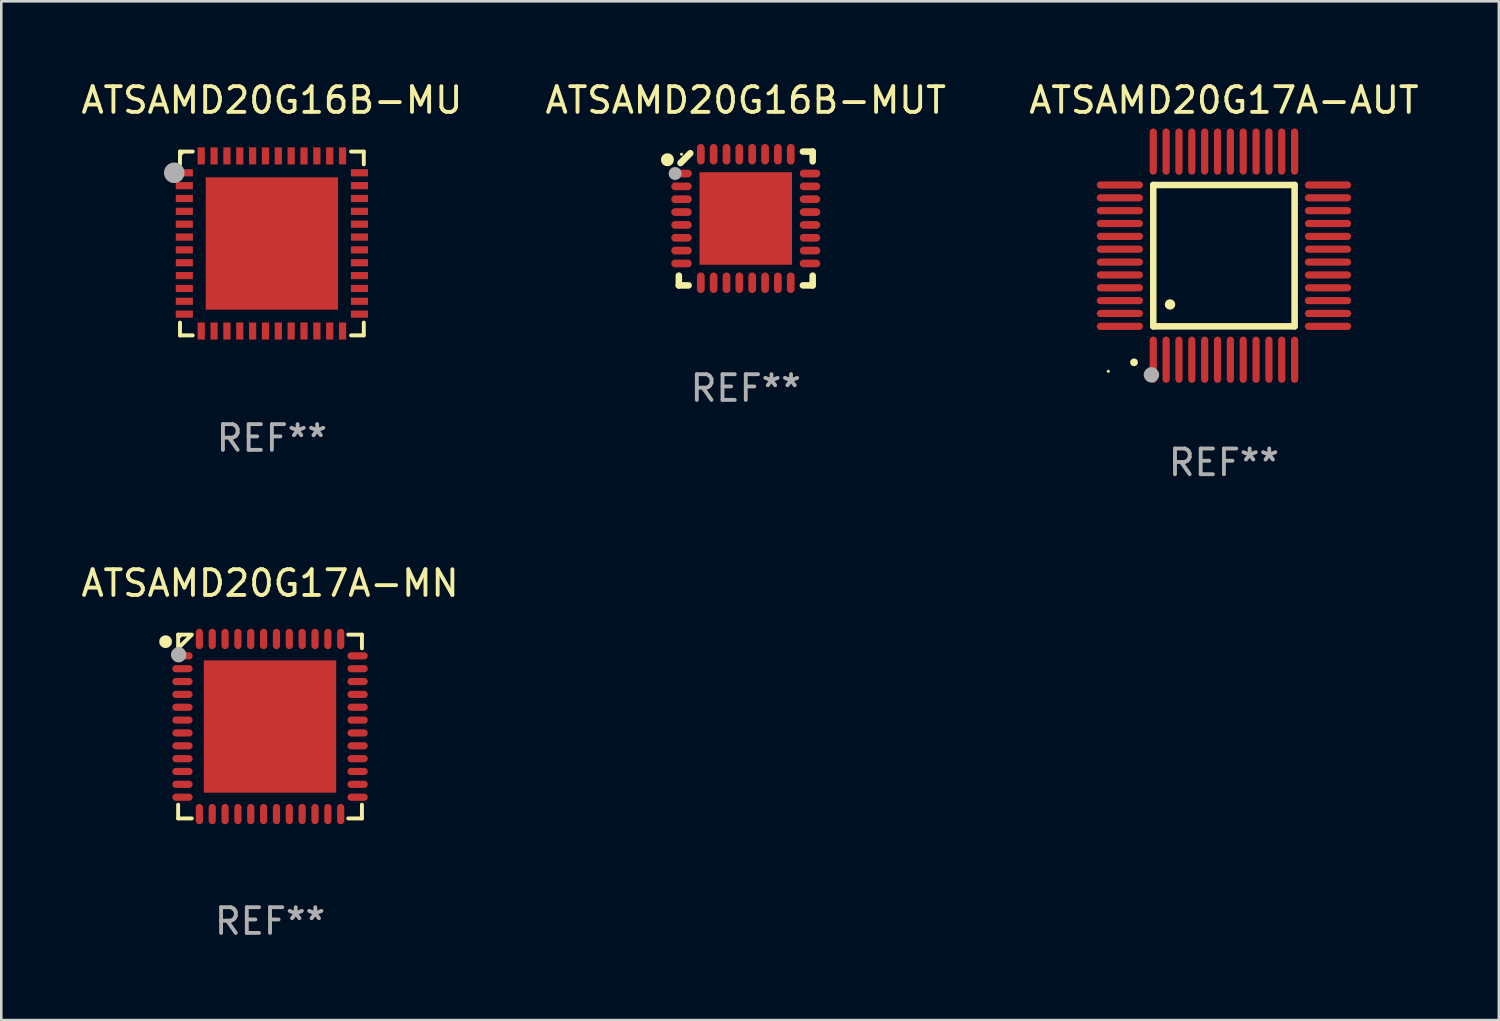
<source format=kicad_pcb>
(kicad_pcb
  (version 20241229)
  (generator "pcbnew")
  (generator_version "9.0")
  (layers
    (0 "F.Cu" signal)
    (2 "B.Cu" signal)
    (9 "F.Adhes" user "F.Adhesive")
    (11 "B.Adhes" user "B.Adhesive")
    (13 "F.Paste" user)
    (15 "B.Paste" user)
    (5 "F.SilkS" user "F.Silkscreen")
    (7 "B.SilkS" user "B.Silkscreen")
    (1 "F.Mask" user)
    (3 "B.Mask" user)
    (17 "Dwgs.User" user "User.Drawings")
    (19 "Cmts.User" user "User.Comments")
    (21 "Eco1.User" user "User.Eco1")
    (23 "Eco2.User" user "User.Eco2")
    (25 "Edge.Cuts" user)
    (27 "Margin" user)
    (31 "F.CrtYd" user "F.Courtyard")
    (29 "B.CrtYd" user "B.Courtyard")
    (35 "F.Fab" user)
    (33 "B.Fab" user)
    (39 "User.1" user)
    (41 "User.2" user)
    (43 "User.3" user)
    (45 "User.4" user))
  (footprint "ATSAMD20G17A-MN"
    (layer "F.Cu")
    (at 7.458 25.221)
    (property "Reference" "ATSAMD20G17A-MN" (at 0 -5.576 0) (layer "F.SilkS") (effects (font (size 1 1) (thickness 0.15))))
    (attr through_hole)
    (fp_line (start -3.576 -3.576) (end -3.042 -3.576) (stroke (width 0.152) (type solid)) (layer "F.SilkS"))
    (fp_line (start -3.576 -3.042) (end -3.576 -3.576) (stroke (width 0.152) (type solid)) (layer "F.SilkS"))
    (fp_line (start -3.576 3.042) (end -3.576 3.576) (stroke (width 0.152) (type solid)) (layer "F.SilkS"))
    (fp_line (start -3.576 3.576) (end -3.042 3.576) (stroke (width 0.152) (type solid)) (layer "F.SilkS"))
    (fp_line (start -3.069 -3.549) (end -3.549 -3.069) (stroke (width 0.152) (type solid)) (layer "F.SilkS"))
    (fp_line (start 3.576 -3.576) (end 3.042 -3.576) (stroke (width 0.152) (type solid)) (layer "F.SilkS"))
    (fp_line (start 3.576 -3.042) (end 3.576 -3.576) (stroke (width 0.152) (type solid)) (layer "F.SilkS"))
    (fp_line (start 3.576 3.042) (end 3.576 3.576) (stroke (width 0.152) (type solid)) (layer "F.SilkS"))
    (fp_line (start 3.576 3.576) (end 3.042 3.576) (stroke (width 0.152) (type solid)) (layer "F.SilkS"))
    (fp_circle (center -4.064 -3.302) (end -3.939 -3.302) (stroke (width 0.25) (type solid)) (fill no) (layer "F.SilkS"))
    (fp_circle (center -3.5 -3.5) (end -3.47 -3.5) (stroke (width 0.06) (type solid)) (fill no) (layer "F.SilkS"))
    (fp_circle (center -3.556 -2.794) (end -3.406 -2.794) (stroke (width 0.3) (type solid)) (fill no) (layer "F.Fab"))
    (fp_text user "REF**" (at 0 7.576 0) (layer "F.Fab") (effects (font (size 1 1) (thickness 0.15))))
    (pad "1" smd oval (at -3.407 -2.75) (size 0.79 0.28) (layers "F.Cu" "F.Mask" "F.Paste"))
    (pad "2" smd oval (at -3.407 -2.25) (size 0.79 0.28) (layers "F.Cu" "F.Mask" "F.Paste"))
    (pad "3" smd oval (at -3.407 -1.75) (size 0.79 0.28) (layers "F.Cu" "F.Mask" "F.Paste"))
    (pad "4" smd oval (at -3.407 -1.25) (size 0.79 0.28) (layers "F.Cu" "F.Mask" "F.Paste"))
    (pad "5" smd oval (at -3.407 -0.75) (size 0.79 0.28) (layers "F.Cu" "F.Mask" "F.Paste"))
    (pad "6" smd oval (at -3.407 -0.25) (size 0.79 0.28) (layers "F.Cu" "F.Mask" "F.Paste"))
    (pad "7" smd oval (at -3.407 0.25) (size 0.79 0.28) (layers "F.Cu" "F.Mask" "F.Paste"))
    (pad "8" smd oval (at -3.407 0.75) (size 0.79 0.28) (layers "F.Cu" "F.Mask" "F.Paste"))
    (pad "9" smd oval (at -3.407 1.25) (size 0.79 0.28) (layers "F.Cu" "F.Mask" "F.Paste"))
    (pad "10" smd oval (at -3.407 1.75) (size 0.79 0.28) (layers "F.Cu" "F.Mask" "F.Paste"))
    (pad "11" smd oval (at -3.407 2.25) (size 0.79 0.28) (layers "F.Cu" "F.Mask" "F.Paste"))
    (pad "12" smd oval (at -3.407 2.75) (size 0.79 0.28) (layers "F.Cu" "F.Mask" "F.Paste"))
    (pad "13" smd oval (at -2.75 3.407) (size 0.28 0.79) (layers "F.Cu" "F.Mask" "F.Paste"))
    (pad "14" smd oval (at -2.25 3.407) (size 0.28 0.79) (layers "F.Cu" "F.Mask" "F.Paste"))
    (pad "15" smd oval (at -1.75 3.407) (size 0.28 0.79) (layers "F.Cu" "F.Mask" "F.Paste"))
    (pad "16" smd oval (at -1.25 3.407) (size 0.28 0.79) (layers "F.Cu" "F.Mask" "F.Paste"))
    (pad "17" smd oval (at -0.75 3.407) (size 0.28 0.79) (layers "F.Cu" "F.Mask" "F.Paste"))
    (pad "18" smd oval (at -0.25 3.407) (size 0.28 0.79) (layers "F.Cu" "F.Mask" "F.Paste"))
    (pad "19" smd oval (at 0.25 3.407) (size 0.28 0.79) (layers "F.Cu" "F.Mask" "F.Paste"))
    (pad "20" smd oval (at 0.75 3.407) (size 0.28 0.79) (layers "F.Cu" "F.Mask" "F.Paste"))
    (pad "21" smd oval (at 1.25 3.407) (size 0.28 0.79) (layers "F.Cu" "F.Mask" "F.Paste"))
    (pad "22" smd oval (at 1.75 3.407) (size 0.28 0.79) (layers "F.Cu" "F.Mask" "F.Paste"))
    (pad "23" smd oval (at 2.25 3.407) (size 0.28 0.79) (layers "F.Cu" "F.Mask" "F.Paste"))
    (pad "24" smd oval (at 2.75 3.407) (size 0.28 0.79) (layers "F.Cu" "F.Mask" "F.Paste"))
    (pad "25" smd oval (at 3.407 2.75) (size 0.79 0.28) (layers "F.Cu" "F.Mask" "F.Paste"))
    (pad "26" smd oval (at 3.407 2.25) (size 0.79 0.28) (layers "F.Cu" "F.Mask" "F.Paste"))
    (pad "27" smd oval (at 3.407 1.75) (size 0.79 0.28) (layers "F.Cu" "F.Mask" "F.Paste"))
    (pad "28" smd oval (at 3.407 1.25) (size 0.79 0.28) (layers "F.Cu" "F.Mask" "F.Paste"))
    (pad "29" smd oval (at 3.407 0.75) (size 0.79 0.28) (layers "F.Cu" "F.Mask" "F.Paste"))
    (pad "30" smd oval (at 3.407 0.25) (size 0.79 0.28) (layers "F.Cu" "F.Mask" "F.Paste"))
    (pad "31" smd oval (at 3.407 -0.25) (size 0.79 0.28) (layers "F.Cu" "F.Mask" "F.Paste"))
    (pad "32" smd oval (at 3.407 -0.75) (size 0.79 0.28) (layers "F.Cu" "F.Mask" "F.Paste"))
    (pad "33" smd oval (at 3.407 -1.25) (size 0.79 0.28) (layers "F.Cu" "F.Mask" "F.Paste"))
    (pad "34" smd oval (at 3.407 -1.75) (size 0.79 0.28) (layers "F.Cu" "F.Mask" "F.Paste"))
    (pad "35" smd oval (at 3.407 -2.25) (size 0.79 0.28) (layers "F.Cu" "F.Mask" "F.Paste"))
    (pad "36" smd oval (at 3.407 -2.75) (size 0.79 0.28) (layers "F.Cu" "F.Mask" "F.Paste"))
    (pad "37" smd oval (at 2.75 -3.407) (size 0.28 0.79) (layers "F.Cu" "F.Mask" "F.Paste"))
    (pad "38" smd oval (at 2.25 -3.407) (size 0.28 0.79) (layers "F.Cu" "F.Mask" "F.Paste"))
    (pad "39" smd oval (at 1.75 -3.407) (size 0.28 0.79) (layers "F.Cu" "F.Mask" "F.Paste"))
    (pad "40" smd oval (at 1.25 -3.407) (size 0.28 0.79) (layers "F.Cu" "F.Mask" "F.Paste"))
    (pad "41" smd oval (at 0.75 -3.407) (size 0.28 0.79) (layers "F.Cu" "F.Mask" "F.Paste"))
    (pad "42" smd oval (at 0.25 -3.407) (size 0.28 0.79) (layers "F.Cu" "F.Mask" "F.Paste"))
    (pad "43" smd oval (at -0.25 -3.407) (size 0.28 0.79) (layers "F.Cu" "F.Mask" "F.Paste"))
    (pad "44" smd oval (at -0.75 -3.407) (size 0.28 0.79) (layers "F.Cu" "F.Mask" "F.Paste"))
    (pad "45" smd oval (at -1.25 -3.407) (size 0.28 0.79) (layers "F.Cu" "F.Mask" "F.Paste"))
    (pad "46" smd oval (at -1.75 -3.407) (size 0.28 0.79) (layers "F.Cu" "F.Mask" "F.Paste"))
    (pad "47" smd oval (at -2.25 -3.407) (size 0.28 0.79) (layers "F.Cu" "F.Mask" "F.Paste"))
    (pad "48" smd oval (at -2.75 -3.407) (size 0.28 0.79) (layers "F.Cu" "F.Mask" "F.Paste"))
    (pad "49" smd rect (at 0 0) (size 5.15 5.15) (layers "F.Cu" "F.Mask" "F.Paste")))
  (footprint "ATSAMD20G16B-MUT"
    (layer "F.Cu")
    (at 25.97 5.452)
    (property "Reference" "ATSAMD20G16B-MUT" (at 0 -4.604 0) (layer "F.SilkS") (effects (font (size 1 1) (thickness 0.15))))
    (attr through_hole)
    (fp_line (start -2.604 2.223) (end -2.604 2.604) (stroke (width 0.254) (type solid)) (layer "F.SilkS"))
    (fp_line (start -2.604 2.604) (end -2.223 2.604) (stroke (width 0.254) (type solid)) (layer "F.SilkS"))
    (fp_line (start -2.159 -2.54) (end -2.54 -2.159) (stroke (width 0.254) (type solid)) (layer "F.SilkS"))
    (fp_line (start 2.223 2.604) (end 2.604 2.604) (stroke (width 0.254) (type solid)) (layer "F.SilkS"))
    (fp_line (start 2.604 -2.604) (end 2.223 -2.604) (stroke (width 0.254) (type solid)) (layer "F.SilkS"))
    (fp_line (start 2.604 -2.223) (end 2.604 -2.604) (stroke (width 0.254) (type solid)) (layer "F.SilkS"))
    (fp_line (start 2.604 2.604) (end 2.604 2.223) (stroke (width 0.254) (type solid)) (layer "F.SilkS"))
    (fp_circle (center -3.048 -2.286) (end -2.921 -2.286) (stroke (width 0.254) (type solid)) (fill no) (layer "F.SilkS"))
    (fp_circle (center -2.5 -2.5) (end -2.47 -2.5) (stroke (width 0.06) (type solid)) (fill no) (layer "F.SilkS"))
    (fp_circle (center -2.75 -1.75) (end -2.623 -1.75) (stroke (width 0.254) (type solid)) (fill no) (layer "F.Fab"))
    (fp_text user "REF**" (at 0 6.604 0) (layer "F.Fab") (effects (font (size 1 1) (thickness 0.15))))
    (pad "1" smd oval (at -2.5 -1.75) (size 0.8 0.3) (layers "F.Cu" "F.Mask" "F.Paste"))
    (pad "2" smd oval (at -2.5 -1.25) (size 0.8 0.3) (layers "F.Cu" "F.Mask" "F.Paste"))
    (pad "3" smd oval (at -2.5 -0.75) (size 0.8 0.3) (layers "F.Cu" "F.Mask" "F.Paste"))
    (pad "4" smd oval (at -2.5 -0.25) (size 0.8 0.3) (layers "F.Cu" "F.Mask" "F.Paste"))
    (pad "5" smd oval (at -2.5 0.25) (size 0.8 0.3) (layers "F.Cu" "F.Mask" "F.Paste"))
    (pad "6" smd oval (at -2.5 0.75) (size 0.8 0.3) (layers "F.Cu" "F.Mask" "F.Paste"))
    (pad "7" smd oval (at -2.5 1.25) (size 0.8 0.3) (layers "F.Cu" "F.Mask" "F.Paste"))
    (pad "8" smd oval (at -2.5 1.75) (size 0.8 0.3) (layers "F.Cu" "F.Mask" "F.Paste"))
    (pad "9" smd oval (at -1.75 2.5) (size 0.3 0.8) (layers "F.Cu" "F.Mask" "F.Paste"))
    (pad "10" smd oval (at -1.25 2.5) (size 0.3 0.8) (layers "F.Cu" "F.Mask" "F.Paste"))
    (pad "11" smd oval (at -0.75 2.5) (size 0.3 0.8) (layers "F.Cu" "F.Mask" "F.Paste"))
    (pad "12" smd oval (at -0.25 2.5) (size 0.3 0.8) (layers "F.Cu" "F.Mask" "F.Paste"))
    (pad "13" smd oval (at 0.25 2.5) (size 0.3 0.8) (layers "F.Cu" "F.Mask" "F.Paste"))
    (pad "14" smd oval (at 0.75 2.5) (size 0.3 0.8) (layers "F.Cu" "F.Mask" "F.Paste"))
    (pad "15" smd oval (at 1.25 2.5) (size 0.3 0.8) (layers "F.Cu" "F.Mask" "F.Paste"))
    (pad "16" smd oval (at 1.75 2.5) (size 0.3 0.8) (layers "F.Cu" "F.Mask" "F.Paste"))
    (pad "17" smd oval (at 2.5 1.75) (size 0.8 0.3) (layers "F.Cu" "F.Mask" "F.Paste"))
    (pad "18" smd oval (at 2.5 1.25) (size 0.8 0.3) (layers "F.Cu" "F.Mask" "F.Paste"))
    (pad "19" smd oval (at 2.5 0.75) (size 0.8 0.3) (layers "F.Cu" "F.Mask" "F.Paste"))
    (pad "20" smd oval (at 2.5 0.25) (size 0.8 0.3) (layers "F.Cu" "F.Mask" "F.Paste"))
    (pad "21" smd oval (at 2.5 -0.25) (size 0.8 0.3) (layers "F.Cu" "F.Mask" "F.Paste"))
    (pad "22" smd oval (at 2.5 -0.75) (size 0.8 0.3) (layers "F.Cu" "F.Mask" "F.Paste"))
    (pad "23" smd oval (at 2.5 -1.25) (size 0.8 0.3) (layers "F.Cu" "F.Mask" "F.Paste"))
    (pad "24" smd oval (at 2.5 -1.75) (size 0.8 0.3) (layers "F.Cu" "F.Mask" "F.Paste"))
    (pad "25" smd oval (at 1.75 -2.5) (size 0.3 0.8) (layers "F.Cu" "F.Mask" "F.Paste"))
    (pad "26" smd oval (at 1.25 -2.5) (size 0.3 0.8) (layers "F.Cu" "F.Mask" "F.Paste"))
    (pad "27" smd oval (at 0.75 -2.5) (size 0.3 0.8) (layers "F.Cu" "F.Mask" "F.Paste"))
    (pad "28" smd oval (at 0.25 -2.5) (size 0.3 0.8) (layers "F.Cu" "F.Mask" "F.Paste"))
    (pad "29" smd oval (at -0.25 -2.5) (size 0.3 0.8) (layers "F.Cu" "F.Mask" "F.Paste"))
    (pad "30" smd oval (at -0.75 -2.5) (size 0.3 0.8) (layers "F.Cu" "F.Mask" "F.Paste"))
    (pad "31" smd oval (at -1.25 -2.5) (size 0.3 0.8) (layers "F.Cu" "F.Mask" "F.Paste"))
    (pad "32" smd oval (at -1.75 -2.5) (size 0.3 0.8) (layers "F.Cu" "F.Mask" "F.Paste"))
    (pad "33" smd rect (at -0.000076 0) (size 3.6 3.6) (layers "F.Cu" "F.Mask" "F.Paste")))
  (footprint "ATSAMD20G16B-MU"
    (layer "F.Cu")
    (at 7.53 6.424)
    (property "Reference" "ATSAMD20G16B-MU" (at 0 -5.576 0) (layer "F.SilkS") (effects (font (size 1 1) (thickness 0.15))))
    (attr through_hole)
    (fp_line (start -3.576 -3.576) (end -3.576 -3.08) (stroke (width 0.152) (type solid)) (layer "F.SilkS"))
    (fp_line (start -3.576 3.576) (end -3.576 3.08) (stroke (width 0.152) (type solid)) (layer "F.SilkS"))
    (fp_line (start -3.08 -3.576) (end -3.576 -3.576) (stroke (width 0.152) (type solid)) (layer "F.SilkS"))
    (fp_line (start -3.08 3.576) (end -3.576 3.576) (stroke (width 0.152) (type solid)) (layer "F.SilkS"))
    (fp_line (start 3.08 -3.576) (end 3.576 -3.576) (stroke (width 0.152) (type solid)) (layer "F.SilkS"))
    (fp_line (start 3.08 3.576) (end 3.576 3.576) (stroke (width 0.152) (type solid)) (layer "F.SilkS"))
    (fp_line (start 3.576 -3.576) (end 3.576 -3.08) (stroke (width 0.152) (type solid)) (layer "F.SilkS"))
    (fp_line (start 3.576 3.576) (end 3.576 3.08) (stroke (width 0.152) (type solid)) (layer "F.SilkS"))
    (fp_circle (center -4.04 -2.75) (end -3.965 -2.75) (stroke (width 0.15) (type solid)) (fill no) (layer "F.SilkS"))
    (fp_circle (center -3.5 -3.5) (end -3.47 -3.5) (stroke (width 0.06) (type solid)) (fill no) (layer "F.SilkS"))
    (fp_circle (center -3.8 -2.75) (end -3.6 -2.75) (stroke (width 0.4) (type solid)) (fill no) (layer "F.Fab"))
    (fp_text user "REF**" (at 0 7.576 0) (layer "F.Fab") (effects (font (size 1 1) (thickness 0.15))))
    (pad "1" smd rect (at -3.407 -2.75) (size 0.665 0.28) (layers "F.Cu" "F.Mask" "F.Paste"))
    (pad "2" smd rect (at -3.407 -2.25) (size 0.665 0.28) (layers "F.Cu" "F.Mask" "F.Paste"))
    (pad "3" smd rect (at -3.407 -1.75) (size 0.665 0.28) (layers "F.Cu" "F.Mask" "F.Paste"))
    (pad "4" smd rect (at -3.407 -1.25) (size 0.665 0.28) (layers "F.Cu" "F.Mask" "F.Paste"))
    (pad "5" smd rect (at -3.407 -0.75) (size 0.665 0.28) (layers "F.Cu" "F.Mask" "F.Paste"))
    (pad "6" smd rect (at -3.407 -0.25) (size 0.665 0.28) (layers "F.Cu" "F.Mask" "F.Paste"))
    (pad "7" smd rect (at -3.407 0.25) (size 0.665 0.28) (layers "F.Cu" "F.Mask" "F.Paste"))
    (pad "8" smd rect (at -3.407 0.75) (size 0.665 0.28) (layers "F.Cu" "F.Mask" "F.Paste"))
    (pad "9" smd rect (at -3.407 1.25) (size 0.665 0.28) (layers "F.Cu" "F.Mask" "F.Paste"))
    (pad "10" smd rect (at -3.407 1.75) (size 0.665 0.28) (layers "F.Cu" "F.Mask" "F.Paste"))
    (pad "11" smd rect (at -3.407 2.25) (size 0.665 0.28) (layers "F.Cu" "F.Mask" "F.Paste"))
    (pad "12" smd rect (at -3.407 2.75) (size 0.665 0.28) (layers "F.Cu" "F.Mask" "F.Paste"))
    (pad "13" smd rect (at -2.75 3.407) (size 0.28 0.665) (layers "F.Cu" "F.Mask" "F.Paste"))
    (pad "14" smd rect (at -2.25 3.407) (size 0.28 0.665) (layers "F.Cu" "F.Mask" "F.Paste"))
    (pad "15" smd rect (at -1.75 3.407) (size 0.28 0.665) (layers "F.Cu" "F.Mask" "F.Paste"))
    (pad "16" smd rect (at -1.25 3.407) (size 0.28 0.665) (layers "F.Cu" "F.Mask" "F.Paste"))
    (pad "17" smd rect (at -0.75 3.407) (size 0.28 0.665) (layers "F.Cu" "F.Mask" "F.Paste"))
    (pad "18" smd rect (at -0.25 3.407) (size 0.28 0.665) (layers "F.Cu" "F.Mask" "F.Paste"))
    (pad "19" smd rect (at 0.25 3.407) (size 0.28 0.665) (layers "F.Cu" "F.Mask" "F.Paste"))
    (pad "20" smd rect (at 0.75 3.407) (size 0.28 0.665) (layers "F.Cu" "F.Mask" "F.Paste"))
    (pad "21" smd rect (at 1.25 3.407) (size 0.28 0.665) (layers "F.Cu" "F.Mask" "F.Paste"))
    (pad "22" smd rect (at 1.75 3.407) (size 0.28 0.665) (layers "F.Cu" "F.Mask" "F.Paste"))
    (pad "23" smd rect (at 2.25 3.407) (size 0.28 0.665) (layers "F.Cu" "F.Mask" "F.Paste"))
    (pad "24" smd rect (at 2.75 3.407) (size 0.28 0.665) (layers "F.Cu" "F.Mask" "F.Paste"))
    (pad "25" smd rect (at 3.407 2.75) (size 0.665 0.28) (layers "F.Cu" "F.Mask" "F.Paste"))
    (pad "26" smd rect (at 3.407 2.25) (size 0.665 0.28) (layers "F.Cu" "F.Mask" "F.Paste"))
    (pad "27" smd rect (at 3.407 1.75) (size 0.665 0.28) (layers "F.Cu" "F.Mask" "F.Paste"))
    (pad "28" smd rect (at 3.407 1.25) (size 0.665 0.28) (layers "F.Cu" "F.Mask" "F.Paste"))
    (pad "29" smd rect (at 3.407 0.75) (size 0.665 0.28) (layers "F.Cu" "F.Mask" "F.Paste"))
    (pad "30" smd rect (at 3.407 0.25) (size 0.665 0.28) (layers "F.Cu" "F.Mask" "F.Paste"))
    (pad "31" smd rect (at 3.407 -0.25) (size 0.665 0.28) (layers "F.Cu" "F.Mask" "F.Paste"))
    (pad "32" smd rect (at 3.407 -0.75) (size 0.665 0.28) (layers "F.Cu" "F.Mask" "F.Paste"))
    (pad "33" smd rect (at 3.407 -1.25) (size 0.665 0.28) (layers "F.Cu" "F.Mask" "F.Paste"))
    (pad "34" smd rect (at 3.407 -1.75) (size 0.665 0.28) (layers "F.Cu" "F.Mask" "F.Paste"))
    (pad "35" smd rect (at 3.407 -2.25) (size 0.665 0.28) (layers "F.Cu" "F.Mask" "F.Paste"))
    (pad "36" smd rect (at 3.407 -2.75) (size 0.665 0.28) (layers "F.Cu" "F.Mask" "F.Paste"))
    (pad "37" smd rect (at 2.75 -3.407) (size 0.28 0.665) (layers "F.Cu" "F.Mask" "F.Paste"))
    (pad "38" smd rect (at 2.25 -3.407) (size 0.28 0.665) (layers "F.Cu" "F.Mask" "F.Paste"))
    (pad "39" smd rect (at 1.75 -3.407) (size 0.28 0.665) (layers "F.Cu" "F.Mask" "F.Paste"))
    (pad "40" smd rect (at 1.25 -3.407) (size 0.28 0.665) (layers "F.Cu" "F.Mask" "F.Paste"))
    (pad "41" smd rect (at 0.75 -3.407) (size 0.28 0.665) (layers "F.Cu" "F.Mask" "F.Paste"))
    (pad "42" smd rect (at 0.25 -3.407) (size 0.28 0.665) (layers "F.Cu" "F.Mask" "F.Paste"))
    (pad "43" smd rect (at -0.25 -3.407) (size 0.28 0.665) (layers "F.Cu" "F.Mask" "F.Paste"))
    (pad "44" smd rect (at -0.75 -3.407) (size 0.28 0.665) (layers "F.Cu" "F.Mask" "F.Paste"))
    (pad "45" smd rect (at -1.25 -3.407) (size 0.28 0.665) (layers "F.Cu" "F.Mask" "F.Paste"))
    (pad "46" smd rect (at -1.75 -3.407) (size 0.28 0.665) (layers "F.Cu" "F.Mask" "F.Paste"))
    (pad "47" smd rect (at -2.25 -3.407) (size 0.28 0.665) (layers "F.Cu" "F.Mask" "F.Paste"))
    (pad "48" smd rect (at -2.75 -3.407) (size 0.28 0.665) (layers "F.Cu" "F.Mask" "F.Paste"))
    (pad "49" smd rect (at 0 0) (size 5.15 5.15) (layers "F.Cu" "F.Mask" "F.Paste")))
  (footprint "ATSAMD20G17A-AUT"
    (layer "F.Cu")
    (at 44.577 6.898)
    (property "Reference" "ATSAMD20G17A-AUT" (at 0 -6.05 0) (layer "F.SilkS") (effects (font (size 1 1) (thickness 0.15))))
    (attr through_hole)
    (fp_line (start -2.75 -2.75) (end 2.75 -2.75) (stroke (width 0.254) (type solid)) (layer "F.SilkS"))
    (fp_line (start -2.75 2.75) (end -2.75 -2.75) (stroke (width 0.254) (type solid)) (layer "F.SilkS"))
    (fp_line (start 2.75 -2.75) (end 2.75 2.75) (stroke (width 0.254) (type solid)) (layer "F.SilkS"))
    (fp_line (start 2.75 2.75) (end -2.75 2.75) (stroke (width 0.254) (type solid)) (layer "F.SilkS"))
    (fp_arc (start -3.500127 4.150368) (mid -3.498857 4.150363) (end -3.497587 4.150368) (stroke (width 0.3) (type solid)) (layer "F.SilkS"))
    (fp_arc (start -2.100584 1.899924) (mid -2.098044 1.899908) (end -2.095504 1.899924) (stroke (width 0.4) (type solid)) (layer "F.SilkS"))
    (fp_circle (center -4.5 4.5) (end -4.47 4.5) (stroke (width 0.06) (type solid)) (fill no) (layer "F.SilkS"))
    (fp_circle (center -2.822 4.638) (end -2.672 4.638) (stroke (width 0.3) (type solid)) (fill no) (layer "F.Fab"))
    (fp_text user "REF**" (at 0 8.05 0) (layer "F.Fab") (effects (font (size 1 1) (thickness 0.15))))
    (pad "1" smd oval (at -2.75 4.05) (size 0.28 1.8) (layers "F.Cu" "F.Mask" "F.Paste"))
    (pad "2" smd oval (at -2.25 4.05) (size 0.28 1.8) (layers "F.Cu" "F.Mask" "F.Paste"))
    (pad "3" smd oval (at -1.75 4.05) (size 0.28 1.8) (layers "F.Cu" "F.Mask" "F.Paste"))
    (pad "4" smd oval (at -1.25 4.05) (size 0.28 1.8) (layers "F.Cu" "F.Mask" "F.Paste"))
    (pad "5" smd oval (at -0.75 4.05) (size 0.28 1.8) (layers "F.Cu" "F.Mask" "F.Paste"))
    (pad "6" smd oval (at -0.25 4.05) (size 0.28 1.8) (layers "F.Cu" "F.Mask" "F.Paste"))
    (pad "7" smd oval (at 0.25 4.05) (size 0.28 1.8) (layers "F.Cu" "F.Mask" "F.Paste"))
    (pad "8" smd oval (at 0.75 4.05) (size 0.28 1.8) (layers "F.Cu" "F.Mask" "F.Paste"))
    (pad "9" smd oval (at 1.25 4.05) (size 0.28 1.8) (layers "F.Cu" "F.Mask" "F.Paste"))
    (pad "10" smd oval (at 1.75 4.05) (size 0.28 1.8) (layers "F.Cu" "F.Mask" "F.Paste"))
    (pad "11" smd oval (at 2.25 4.05) (size 0.28 1.8) (layers "F.Cu" "F.Mask" "F.Paste"))
    (pad "12" smd oval (at 2.75 4.05) (size 0.28 1.8) (layers "F.Cu" "F.Mask" "F.Paste"))
    (pad "13" smd oval (at 4.05 2.75) (size 1.8 0.28) (layers "F.Cu" "F.Mask" "F.Paste"))
    (pad "14" smd oval (at 4.05 2.25) (size 1.8 0.28) (layers "F.Cu" "F.Mask" "F.Paste"))
    (pad "15" smd oval (at 4.05 1.75) (size 1.8 0.28) (layers "F.Cu" "F.Mask" "F.Paste"))
    (pad "16" smd oval (at 4.05 1.25) (size 1.8 0.28) (layers "F.Cu" "F.Mask" "F.Paste"))
    (pad "17" smd oval (at 4.05 0.75) (size 1.8 0.28) (layers "F.Cu" "F.Mask" "F.Paste"))
    (pad "18" smd oval (at 4.05 0.25) (size 1.8 0.28) (layers "F.Cu" "F.Mask" "F.Paste"))
    (pad "19" smd oval (at 4.05 -0.25) (size 1.8 0.28) (layers "F.Cu" "F.Mask" "F.Paste"))
    (pad "20" smd oval (at 4.05 -0.75) (size 1.8 0.28) (layers "F.Cu" "F.Mask" "F.Paste"))
    (pad "21" smd oval (at 4.05 -1.25) (size 1.8 0.28) (layers "F.Cu" "F.Mask" "F.Paste"))
    (pad "22" smd oval (at 4.05 -1.75) (size 1.8 0.28) (layers "F.Cu" "F.Mask" "F.Paste"))
    (pad "23" smd oval (at 4.05 -2.25) (size 1.8 0.28) (layers "F.Cu" "F.Mask" "F.Paste"))
    (pad "24" smd oval (at 4.05 -2.75) (size 1.8 0.28) (layers "F.Cu" "F.Mask" "F.Paste"))
    (pad "25" smd oval (at 2.75 -4.05) (size 0.28 1.8) (layers "F.Cu" "F.Mask" "F.Paste"))
    (pad "26" smd oval (at 2.25 -4.05) (size 0.28 1.8) (layers "F.Cu" "F.Mask" "F.Paste"))
    (pad "27" smd oval (at 1.75 -4.05) (size 0.28 1.8) (layers "F.Cu" "F.Mask" "F.Paste"))
    (pad "28" smd oval (at 1.25 -4.05) (size 0.28 1.8) (layers "F.Cu" "F.Mask" "F.Paste"))
    (pad "29" smd oval (at 0.75 -4.05) (size 0.28 1.8) (layers "F.Cu" "F.Mask" "F.Paste"))
    (pad "30" smd oval (at 0.25 -4.05) (size 0.28 1.8) (layers "F.Cu" "F.Mask" "F.Paste"))
    (pad "31" smd oval (at -0.25 -4.05) (size 0.28 1.8) (layers "F.Cu" "F.Mask" "F.Paste"))
    (pad "32" smd oval (at -0.75 -4.05) (size 0.28 1.8) (layers "F.Cu" "F.Mask" "F.Paste"))
    (pad "33" smd oval (at -1.25 -4.05) (size 0.28 1.8) (layers "F.Cu" "F.Mask" "F.Paste"))
    (pad "34" smd oval (at -1.75 -4.05) (size 0.28 1.8) (layers "F.Cu" "F.Mask" "F.Paste"))
    (pad "35" smd oval (at -2.25 -4.05) (size 0.28 1.8) (layers "F.Cu" "F.Mask" "F.Paste"))
    (pad "36" smd oval (at -2.75 -4.05) (size 0.28 1.8) (layers "F.Cu" "F.Mask" "F.Paste"))
    (pad "37" smd oval (at -4.05 -2.75) (size 1.8 0.28) (layers "F.Cu" "F.Mask" "F.Paste"))
    (pad "38" smd oval (at -4.05 -2.25) (size 1.8 0.28) (layers "F.Cu" "F.Mask" "F.Paste"))
    (pad "39" smd oval (at -4.05 -1.75) (size 1.8 0.28) (layers "F.Cu" "F.Mask" "F.Paste"))
    (pad "40" smd oval (at -4.05 -1.25) (size 1.8 0.28) (layers "F.Cu" "F.Mask" "F.Paste"))
    (pad "41" smd oval (at -4.05 -0.75) (size 1.8 0.28) (layers "F.Cu" "F.Mask" "F.Paste"))
    (pad "42" smd oval (at -4.05 -0.25) (size 1.8 0.28) (layers "F.Cu" "F.Mask" "F.Paste"))
    (pad "43" smd oval (at -4.05 0.25) (size 1.8 0.28) (layers "F.Cu" "F.Mask" "F.Paste"))
    (pad "44" smd oval (at -4.05 0.75) (size 1.8 0.28) (layers "F.Cu" "F.Mask" "F.Paste"))
    (pad "45" smd oval (at -4.05 1.25) (size 1.8 0.28) (layers "F.Cu" "F.Mask" "F.Paste"))
    (pad "46" smd oval (at -4.05 1.75) (size 1.8 0.28) (layers "F.Cu" "F.Mask" "F.Paste"))
    (pad "47" smd oval (at -4.05 2.25) (size 1.8 0.28) (layers "F.Cu" "F.Mask" "F.Paste"))
    (pad "48" smd oval (at -4.05 2.75) (size 1.8 0.28) (layers "F.Cu" "F.Mask" "F.Paste")))
  (gr_rect
    (start -3 -3)
    (end 55.274 36.645)
    (stroke (width 0.1) (type default))
    (fill no)
    (layer "Edge.Cuts")))
</source>
